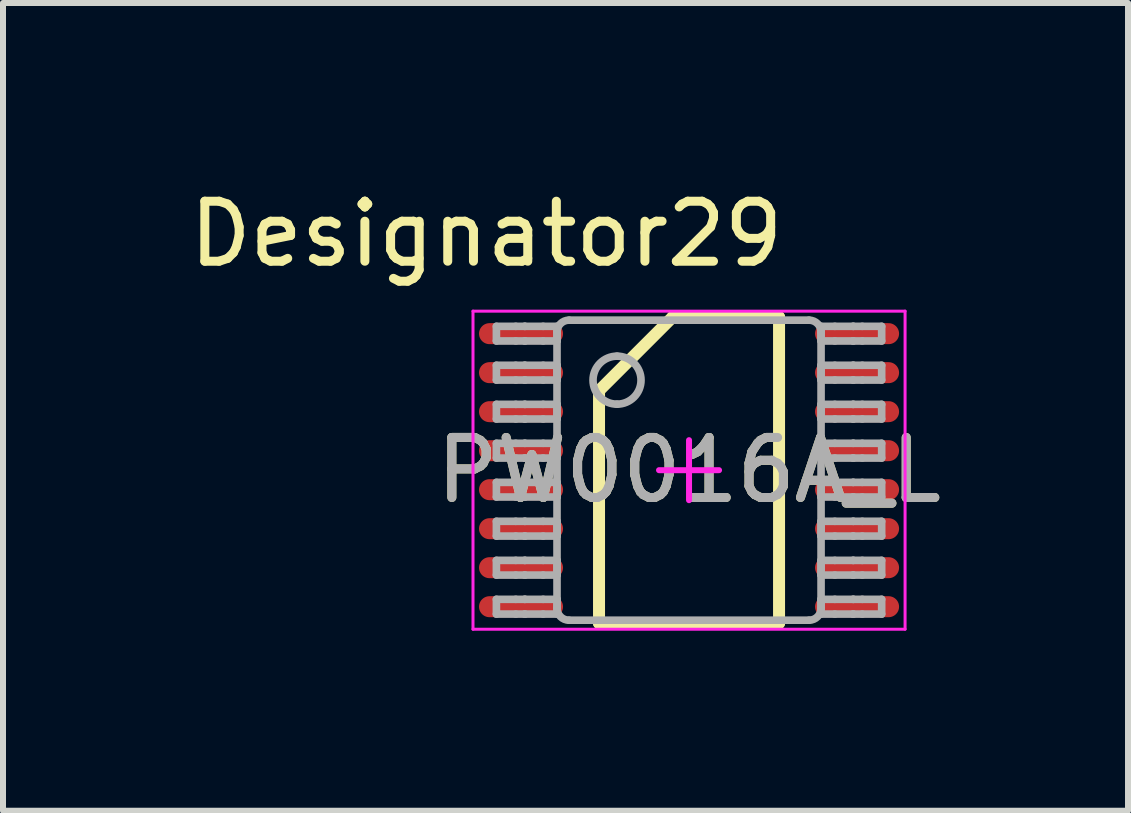
<source format=kicad_pcb>
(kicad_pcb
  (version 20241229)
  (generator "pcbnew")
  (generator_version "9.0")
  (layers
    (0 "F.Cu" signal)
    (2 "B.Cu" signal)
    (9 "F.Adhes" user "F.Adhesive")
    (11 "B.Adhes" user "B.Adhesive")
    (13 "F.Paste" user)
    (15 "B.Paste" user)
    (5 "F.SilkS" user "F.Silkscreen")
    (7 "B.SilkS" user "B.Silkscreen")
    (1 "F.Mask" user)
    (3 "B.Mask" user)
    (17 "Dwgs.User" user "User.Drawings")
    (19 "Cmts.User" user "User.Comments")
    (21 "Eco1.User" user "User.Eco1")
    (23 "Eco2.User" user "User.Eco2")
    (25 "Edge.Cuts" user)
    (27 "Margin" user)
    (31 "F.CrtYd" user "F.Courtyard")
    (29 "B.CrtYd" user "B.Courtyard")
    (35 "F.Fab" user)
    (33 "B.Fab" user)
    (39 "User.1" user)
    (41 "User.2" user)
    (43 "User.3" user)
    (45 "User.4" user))
  (footprint "PW0016A_L"
    (layer "F.Cu")
    (at 8.432 4.785)
    (property "Reference" "PW0016A_L" (at 0 0 0) (unlocked yes) (layer "F.SilkS") (effects (font (size 1 1) (thickness 0.15))))
    (attr smd)
    (fp_line (start -1.5 -1.325) (end -0.275 -2.55) (stroke (width 0.2) (type solid)) (layer "F.SilkS"))
    (fp_line (start -1.5 2.55) (end -1.5 -1.325) (stroke (width 0.2) (type solid)) (layer "F.SilkS"))
    (fp_line (start -1.5 2.55) (end 1.5 2.55) (stroke (width 0.2) (type solid)) (layer "F.SilkS"))
    (fp_line (start -0.275 -2.55) (end 1.5 -2.55) (stroke (width 0.2) (type solid)) (layer "F.SilkS"))
    (fp_line (start 1.5 2.55) (end 1.5 -2.55) (stroke (width 0.2) (type solid)) (layer "F.SilkS"))
    (fp_line (start -3.6 -2.65) (end 3.6 -2.65) (stroke (width 0.05) (type solid)) (layer "F.CrtYd"))
    (fp_line (start -3.6 2.65) (end -3.6 -2.65) (stroke (width 0.05) (type solid)) (layer "F.CrtYd"))
    (fp_line (start -3.6 2.65) (end 3.6 2.65) (stroke (width 0.05) (type solid)) (layer "F.CrtYd"))
    (fp_line (start -0.5 -0.000003) (end 0.5 -0.000003) (stroke (width 0.1) (type solid)) (layer "F.CrtYd"))
    (fp_line (start 0 0.5) (end 0 -0.5) (stroke (width 0.1) (type solid)) (layer "F.CrtYd"))
    (fp_line (start 3.6 2.65) (end 3.6 -2.65) (stroke (width 0.05) (type solid)) (layer "F.CrtYd"))
    (fp_line (start -3.21 -2.397) (end -2.887 -2.397) (stroke (width 0.127) (type solid)) (layer "F.Fab"))
    (fp_line (start -3.21 -2.153) (end -3.21 -2.397) (stroke (width 0.127) (type solid)) (layer "F.Fab"))
    (fp_line (start -3.21 -2.153) (end -2.887 -2.153) (stroke (width 0.127) (type solid)) (layer "F.Fab"))
    (fp_line (start -3.21 -1.748) (end -2.887 -1.748) (stroke (width 0.127) (type solid)) (layer "F.Fab"))
    (fp_line (start -3.21 -1.502) (end -3.21 -1.748) (stroke (width 0.127) (type solid)) (layer "F.Fab"))
    (fp_line (start -3.21 -1.502) (end -2.887 -1.502) (stroke (width 0.127) (type solid)) (layer "F.Fab"))
    (fp_line (start -3.21 -1.097) (end -2.887 -1.097) (stroke (width 0.127) (type solid)) (layer "F.Fab"))
    (fp_line (start -3.21 -0.853) (end -3.21 -1.097) (stroke (width 0.127) (type solid)) (layer "F.Fab"))
    (fp_line (start -3.21 -0.853) (end -2.887 -0.853) (stroke (width 0.127) (type solid)) (layer "F.Fab"))
    (fp_line (start -3.21 -0.448) (end -2.887 -0.448) (stroke (width 0.127) (type solid)) (layer "F.Fab"))
    (fp_line (start -3.21 -0.202) (end -3.21 -0.448) (stroke (width 0.127) (type solid)) (layer "F.Fab"))
    (fp_line (start -3.21 -0.202) (end -2.887 -0.202) (stroke (width 0.127) (type solid)) (layer "F.Fab"))
    (fp_line (start -3.21 0.203) (end -2.887 0.203) (stroke (width 0.127) (type solid)) (layer "F.Fab"))
    (fp_line (start -3.21 0.447) (end -3.21 0.203) (stroke (width 0.127) (type solid)) (layer "F.Fab"))
    (fp_line (start -3.21 0.447) (end -2.887 0.447) (stroke (width 0.127) (type solid)) (layer "F.Fab"))
    (fp_line (start -3.21 0.852) (end -2.887 0.852) (stroke (width 0.127) (type solid)) (layer "F.Fab"))
    (fp_line (start -3.21 1.098) (end -3.21 0.852) (stroke (width 0.127) (type solid)) (layer "F.Fab"))
    (fp_line (start -3.21 1.098) (end -2.887 1.098) (stroke (width 0.127) (type solid)) (layer "F.Fab"))
    (fp_line (start -3.21 1.503) (end -2.887 1.503) (stroke (width 0.127) (type solid)) (layer "F.Fab"))
    (fp_line (start -3.21 1.748) (end -3.21 1.503) (stroke (width 0.127) (type solid)) (layer "F.Fab"))
    (fp_line (start -3.21 1.748) (end -2.887 1.748) (stroke (width 0.127) (type solid)) (layer "F.Fab"))
    (fp_line (start -3.21 2.152) (end -2.887 2.152) (stroke (width 0.127) (type solid)) (layer "F.Fab"))
    (fp_line (start -3.21 2.398) (end -3.21 2.152) (stroke (width 0.127) (type solid)) (layer "F.Fab"))
    (fp_line (start -3.21 2.398) (end -2.887 2.398) (stroke (width 0.127) (type solid)) (layer "F.Fab"))
    (fp_line (start -2.887 -2.397) (end -2.739 -2.397) (stroke (width 0.127) (type solid)) (layer "F.Fab"))
    (fp_line (start -2.887 -2.153) (end -2.739 -2.153) (stroke (width 0.127) (type solid)) (layer "F.Fab"))
    (fp_line (start -2.887 -1.748) (end -2.739 -1.748) (stroke (width 0.127) (type solid)) (layer "F.Fab"))
    (fp_line (start -2.887 -1.502) (end -2.739 -1.502) (stroke (width 0.127) (type solid)) (layer "F.Fab"))
    (fp_line (start -2.887 -1.097) (end -2.739 -1.097) (stroke (width 0.127) (type solid)) (layer "F.Fab"))
    (fp_line (start -2.887 -0.853) (end -2.739 -0.853) (stroke (width 0.127) (type solid)) (layer "F.Fab"))
    (fp_line (start -2.887 -0.448) (end -2.739 -0.448) (stroke (width 0.127) (type solid)) (layer "F.Fab"))
    (fp_line (start -2.887 -0.202) (end -2.739 -0.202) (stroke (width 0.127) (type solid)) (layer "F.Fab"))
    (fp_line (start -2.887 0.203) (end -2.739 0.203) (stroke (width 0.127) (type solid)) (layer "F.Fab"))
    (fp_line (start -2.887 0.447) (end -2.739 0.447) (stroke (width 0.127) (type solid)) (layer "F.Fab"))
    (fp_line (start -2.887 0.852) (end -2.739 0.852) (stroke (width 0.127) (type solid)) (layer "F.Fab"))
    (fp_line (start -2.887 1.098) (end -2.739 1.098) (stroke (width 0.127) (type solid)) (layer "F.Fab"))
    (fp_line (start -2.887 1.503) (end -2.739 1.503) (stroke (width 0.127) (type solid)) (layer "F.Fab"))
    (fp_line (start -2.887 1.748) (end -2.739 1.748) (stroke (width 0.127) (type solid)) (layer "F.Fab"))
    (fp_line (start -2.887 2.152) (end -2.739 2.152) (stroke (width 0.127) (type solid)) (layer "F.Fab"))
    (fp_line (start -2.887 2.398) (end -2.739 2.398) (stroke (width 0.127) (type solid)) (layer "F.Fab"))
    (fp_line (start -2.739 -2.397) (end -2.733 -2.397) (stroke (width 0.127) (type solid)) (layer "F.Fab"))
    (fp_line (start -2.739 -2.153) (end -2.733 -2.153) (stroke (width 0.127) (type solid)) (layer "F.Fab"))
    (fp_line (start -2.739 -1.748) (end -2.733 -1.748) (stroke (width 0.127) (type solid)) (layer "F.Fab"))
    (fp_line (start -2.739 -1.502) (end -2.733 -1.502) (stroke (width 0.127) (type solid)) (layer "F.Fab"))
    (fp_line (start -2.739 -1.097) (end -2.733 -1.097) (stroke (width 0.127) (type solid)) (layer "F.Fab"))
    (fp_line (start -2.739 -0.853) (end -2.733 -0.853) (stroke (width 0.127) (type solid)) (layer "F.Fab"))
    (fp_line (start -2.739 -0.448) (end -2.733 -0.448) (stroke (width 0.127) (type solid)) (layer "F.Fab"))
    (fp_line (start -2.739 -0.202) (end -2.733 -0.202) (stroke (width 0.127) (type solid)) (layer "F.Fab"))
    (fp_line (start -2.739 0.203) (end -2.733 0.203) (stroke (width 0.127) (type solid)) (layer "F.Fab"))
    (fp_line (start -2.739 0.447) (end -2.733 0.447) (stroke (width 0.127) (type solid)) (layer "F.Fab"))
    (fp_line (start -2.739 0.852) (end -2.733 0.852) (stroke (width 0.127) (type solid)) (layer "F.Fab"))
    (fp_line (start -2.739 1.098) (end -2.733 1.098) (stroke (width 0.127) (type solid)) (layer "F.Fab"))
    (fp_line (start -2.739 1.503) (end -2.733 1.503) (stroke (width 0.127) (type solid)) (layer "F.Fab"))
    (fp_line (start -2.739 1.748) (end -2.733 1.748) (stroke (width 0.127) (type solid)) (layer "F.Fab"))
    (fp_line (start -2.739 2.152) (end -2.733 2.152) (stroke (width 0.127) (type solid)) (layer "F.Fab"))
    (fp_line (start -2.739 2.398) (end -2.733 2.398) (stroke (width 0.127) (type solid)) (layer "F.Fab"))
    (fp_line (start -2.733 -2.397) (end -2.431 -2.397) (stroke (width 0.127) (type solid)) (layer "F.Fab"))
    (fp_line (start -2.733 -2.153) (end -2.431 -2.153) (stroke (width 0.127) (type solid)) (layer "F.Fab"))
    (fp_line (start -2.733 -1.748) (end -2.431 -1.748) (stroke (width 0.127) (type solid)) (layer "F.Fab"))
    (fp_line (start -2.733 -1.502) (end -2.431 -1.502) (stroke (width 0.127) (type solid)) (layer "F.Fab"))
    (fp_line (start -2.733 -1.097) (end -2.431 -1.097) (stroke (width 0.127) (type solid)) (layer "F.Fab"))
    (fp_line (start -2.733 -0.853) (end -2.431 -0.853) (stroke (width 0.127) (type solid)) (layer "F.Fab"))
    (fp_line (start -2.733 -0.448) (end -2.431 -0.448) (stroke (width 0.127) (type solid)) (layer "F.Fab"))
    (fp_line (start -2.733 -0.202) (end -2.431 -0.202) (stroke (width 0.127) (type solid)) (layer "F.Fab"))
    (fp_line (start -2.733 0.203) (end -2.431 0.203) (stroke (width 0.127) (type solid)) (layer "F.Fab"))
    (fp_line (start -2.733 0.447) (end -2.431 0.447) (stroke (width 0.127) (type solid)) (layer "F.Fab"))
    (fp_line (start -2.733 0.852) (end -2.431 0.852) (stroke (width 0.127) (type solid)) (layer "F.Fab"))
    (fp_line (start -2.733 1.098) (end -2.431 1.098) (stroke (width 0.127) (type solid)) (layer "F.Fab"))
    (fp_line (start -2.733 1.503) (end -2.431 1.503) (stroke (width 0.127) (type solid)) (layer "F.Fab"))
    (fp_line (start -2.733 1.748) (end -2.431 1.748) (stroke (width 0.127) (type solid)) (layer "F.Fab"))
    (fp_line (start -2.733 2.152) (end -2.431 2.152) (stroke (width 0.127) (type solid)) (layer "F.Fab"))
    (fp_line (start -2.733 2.398) (end -2.431 2.398) (stroke (width 0.127) (type solid)) (layer "F.Fab"))
    (fp_line (start -2.431 -2.397) (end -2.2 -2.397) (stroke (width 0.127) (type solid)) (layer "F.Fab"))
    (fp_line (start -2.431 -2.153) (end -2.2 -2.153) (stroke (width 0.127) (type solid)) (layer "F.Fab"))
    (fp_line (start -2.431 -1.748) (end -2.2 -1.748) (stroke (width 0.127) (type solid)) (layer "F.Fab"))
    (fp_line (start -2.431 -1.502) (end -2.2 -1.502) (stroke (width 0.127) (type solid)) (layer "F.Fab"))
    (fp_line (start -2.431 -1.097) (end -2.2 -1.097) (stroke (width 0.127) (type solid)) (layer "F.Fab"))
    (fp_line (start -2.431 -0.853) (end -2.2 -0.853) (stroke (width 0.127) (type solid)) (layer "F.Fab"))
    (fp_line (start -2.431 -0.448) (end -2.2 -0.448) (stroke (width 0.127) (type solid)) (layer "F.Fab"))
    (fp_line (start -2.431 -0.202) (end -2.2 -0.202) (stroke (width 0.127) (type solid)) (layer "F.Fab"))
    (fp_line (start -2.431 0.203) (end -2.2 0.203) (stroke (width 0.127) (type solid)) (layer "F.Fab"))
    (fp_line (start -2.431 0.447) (end -2.2 0.447) (stroke (width 0.127) (type solid)) (layer "F.Fab"))
    (fp_line (start -2.431 0.852) (end -2.2 0.852) (stroke (width 0.127) (type solid)) (layer "F.Fab"))
    (fp_line (start -2.431 1.098) (end -2.2 1.098) (stroke (width 0.127) (type solid)) (layer "F.Fab"))
    (fp_line (start -2.431 1.503) (end -2.2 1.503) (stroke (width 0.127) (type solid)) (layer "F.Fab"))
    (fp_line (start -2.431 1.748) (end -2.2 1.748) (stroke (width 0.127) (type solid)) (layer "F.Fab"))
    (fp_line (start -2.431 2.152) (end -2.2 2.152) (stroke (width 0.127) (type solid)) (layer "F.Fab"))
    (fp_line (start -2.431 2.398) (end -2.2 2.398) (stroke (width 0.127) (type solid)) (layer "F.Fab"))
    (fp_line (start -2.2 -2.153) (end -2.2 -2.397) (stroke (width 0.127) (type solid)) (layer "F.Fab"))
    (fp_line (start -2.2 -1.502) (end -2.2 -1.748) (stroke (width 0.127) (type solid)) (layer "F.Fab"))
    (fp_line (start -2.2 -0.853) (end -2.2 -1.097) (stroke (width 0.127) (type solid)) (layer "F.Fab"))
    (fp_line (start -2.2 -0.202) (end -2.2 -0.448) (stroke (width 0.127) (type solid)) (layer "F.Fab"))
    (fp_line (start -2.2 0.447) (end -2.2 0.203) (stroke (width 0.127) (type solid)) (layer "F.Fab"))
    (fp_line (start -2.2 1.098) (end -2.2 0.852) (stroke (width 0.127) (type solid)) (layer "F.Fab"))
    (fp_line (start -2.2 1.748) (end -2.2 1.503) (stroke (width 0.127) (type solid)) (layer "F.Fab"))
    (fp_line (start -2.2 2.3) (end -2.2 -2.3) (stroke (width 0.127) (type solid)) (layer "F.Fab"))
    (fp_line (start -2.2 2.398) (end -2.2 2.152) (stroke (width 0.127) (type solid)) (layer "F.Fab"))
    (fp_line (start -2 -2.5) (end 2 -2.5) (stroke (width 0.127) (type solid)) (layer "F.Fab"))
    (fp_line (start -2 2.5) (end 2 2.5) (stroke (width 0.127) (type solid)) (layer "F.Fab"))
    (fp_line (start 2.2 -2.397) (end 2.43 -2.397) (stroke (width 0.127) (type solid)) (layer "F.Fab"))
    (fp_line (start 2.2 -2.153) (end 2.2 -2.397) (stroke (width 0.127) (type solid)) (layer "F.Fab"))
    (fp_line (start 2.2 -2.153) (end 2.43 -2.153) (stroke (width 0.127) (type solid)) (layer "F.Fab"))
    (fp_line (start 2.2 -1.748) (end 2.43 -1.748) (stroke (width 0.127) (type solid)) (layer "F.Fab"))
    (fp_line (start 2.2 -1.502) (end 2.2 -1.748) (stroke (width 0.127) (type solid)) (layer "F.Fab"))
    (fp_line (start 2.2 -1.502) (end 2.43 -1.502) (stroke (width 0.127) (type solid)) (layer "F.Fab"))
    (fp_line (start 2.2 -1.097) (end 2.43 -1.097) (stroke (width 0.127) (type solid)) (layer "F.Fab"))
    (fp_line (start 2.2 -0.853) (end 2.2 -1.097) (stroke (width 0.127) (type solid)) (layer "F.Fab"))
    (fp_line (start 2.2 -0.853) (end 2.43 -0.853) (stroke (width 0.127) (type solid)) (layer "F.Fab"))
    (fp_line (start 2.2 -0.448) (end 2.43 -0.448) (stroke (width 0.127) (type solid)) (layer "F.Fab"))
    (fp_line (start 2.2 -0.202) (end 2.2 -0.448) (stroke (width 0.127) (type solid)) (layer "F.Fab"))
    (fp_line (start 2.2 -0.202) (end 2.43 -0.202) (stroke (width 0.127) (type solid)) (layer "F.Fab"))
    (fp_line (start 2.2 0.203) (end 2.43 0.203) (stroke (width 0.127) (type solid)) (layer "F.Fab"))
    (fp_line (start 2.2 0.447) (end 2.2 0.203) (stroke (width 0.127) (type solid)) (layer "F.Fab"))
    (fp_line (start 2.2 0.447) (end 2.43 0.447) (stroke (width 0.127) (type solid)) (layer "F.Fab"))
    (fp_line (start 2.2 0.852) (end 2.43 0.852) (stroke (width 0.127) (type solid)) (layer "F.Fab"))
    (fp_line (start 2.2 1.098) (end 2.2 0.852) (stroke (width 0.127) (type solid)) (layer "F.Fab"))
    (fp_line (start 2.2 1.098) (end 2.43 1.098) (stroke (width 0.127) (type solid)) (layer "F.Fab"))
    (fp_line (start 2.2 1.503) (end 2.43 1.503) (stroke (width 0.127) (type solid)) (layer "F.Fab"))
    (fp_line (start 2.2 1.748) (end 2.2 1.503) (stroke (width 0.127) (type solid)) (layer "F.Fab"))
    (fp_line (start 2.2 1.748) (end 2.43 1.748) (stroke (width 0.127) (type solid)) (layer "F.Fab"))
    (fp_line (start 2.2 2.152) (end 2.43 2.152) (stroke (width 0.127) (type solid)) (layer "F.Fab"))
    (fp_line (start 2.2 2.3) (end 2.2 -2.3) (stroke (width 0.127) (type solid)) (layer "F.Fab"))
    (fp_line (start 2.2 2.398) (end 2.2 2.152) (stroke (width 0.127) (type solid)) (layer "F.Fab"))
    (fp_line (start 2.2 2.398) (end 2.43 2.398) (stroke (width 0.127) (type solid)) (layer "F.Fab"))
    (fp_line (start 2.43 -2.397) (end 2.733 -2.397) (stroke (width 0.127) (type solid)) (layer "F.Fab"))
    (fp_line (start 2.43 -2.153) (end 2.733 -2.153) (stroke (width 0.127) (type solid)) (layer "F.Fab"))
    (fp_line (start 2.43 -1.748) (end 2.733 -1.748) (stroke (width 0.127) (type solid)) (layer "F.Fab"))
    (fp_line (start 2.43 -1.502) (end 2.733 -1.502) (stroke (width 0.127) (type solid)) (layer "F.Fab"))
    (fp_line (start 2.43 -1.097) (end 2.733 -1.097) (stroke (width 0.127) (type solid)) (layer "F.Fab"))
    (fp_line (start 2.43 -0.853) (end 2.733 -0.853) (stroke (width 0.127) (type solid)) (layer "F.Fab"))
    (fp_line (start 2.43 -0.448) (end 2.733 -0.448) (stroke (width 0.127) (type solid)) (layer "F.Fab"))
    (fp_line (start 2.43 -0.202) (end 2.733 -0.202) (stroke (width 0.127) (type solid)) (layer "F.Fab"))
    (fp_line (start 2.43 0.203) (end 2.733 0.203) (stroke (width 0.127) (type solid)) (layer "F.Fab"))
    (fp_line (start 2.43 0.447) (end 2.733 0.447) (stroke (width 0.127) (type solid)) (layer "F.Fab"))
    (fp_line (start 2.43 0.852) (end 2.733 0.852) (stroke (width 0.127) (type solid)) (layer "F.Fab"))
    (fp_line (start 2.43 1.098) (end 2.733 1.098) (stroke (width 0.127) (type solid)) (layer "F.Fab"))
    (fp_line (start 2.43 1.503) (end 2.733 1.503) (stroke (width 0.127) (type solid)) (layer "F.Fab"))
    (fp_line (start 2.43 1.748) (end 2.733 1.748) (stroke (width 0.127) (type solid)) (layer "F.Fab"))
    (fp_line (start 2.43 2.152) (end 2.733 2.152) (stroke (width 0.127) (type solid)) (layer "F.Fab"))
    (fp_line (start 2.43 2.398) (end 2.733 2.398) (stroke (width 0.127) (type solid)) (layer "F.Fab"))
    (fp_line (start 2.733 -2.397) (end 2.739 -2.397) (stroke (width 0.127) (type solid)) (layer "F.Fab"))
    (fp_line (start 2.733 -2.153) (end 2.739 -2.153) (stroke (width 0.127) (type solid)) (layer "F.Fab"))
    (fp_line (start 2.733 -1.748) (end 2.739 -1.748) (stroke (width 0.127) (type solid)) (layer "F.Fab"))
    (fp_line (start 2.733 -1.502) (end 2.739 -1.502) (stroke (width 0.127) (type solid)) (layer "F.Fab"))
    (fp_line (start 2.733 -1.097) (end 2.739 -1.097) (stroke (width 0.127) (type solid)) (layer "F.Fab"))
    (fp_line (start 2.733 -0.853) (end 2.739 -0.853) (stroke (width 0.127) (type solid)) (layer "F.Fab"))
    (fp_line (start 2.733 -0.448) (end 2.739 -0.448) (stroke (width 0.127) (type solid)) (layer "F.Fab"))
    (fp_line (start 2.733 -0.202) (end 2.739 -0.202) (stroke (width 0.127) (type solid)) (layer "F.Fab"))
    (fp_line (start 2.733 0.203) (end 2.739 0.203) (stroke (width 0.127) (type solid)) (layer "F.Fab"))
    (fp_line (start 2.733 0.447) (end 2.739 0.447) (stroke (width 0.127) (type solid)) (layer "F.Fab"))
    (fp_line (start 2.733 0.852) (end 2.739 0.852) (stroke (width 0.127) (type solid)) (layer "F.Fab"))
    (fp_line (start 2.733 1.098) (end 2.739 1.098) (stroke (width 0.127) (type solid)) (layer "F.Fab"))
    (fp_line (start 2.733 1.503) (end 2.739 1.503) (stroke (width 0.127) (type solid)) (layer "F.Fab"))
    (fp_line (start 2.733 1.748) (end 2.739 1.748) (stroke (width 0.127) (type solid)) (layer "F.Fab"))
    (fp_line (start 2.733 2.152) (end 2.739 2.152) (stroke (width 0.127) (type solid)) (layer "F.Fab"))
    (fp_line (start 2.733 2.398) (end 2.739 2.398) (stroke (width 0.127) (type solid)) (layer "F.Fab"))
    (fp_line (start 2.739 -2.397) (end 2.887 -2.397) (stroke (width 0.127) (type solid)) (layer "F.Fab"))
    (fp_line (start 2.739 -2.153) (end 2.887 -2.153) (stroke (width 0.127) (type solid)) (layer "F.Fab"))
    (fp_line (start 2.739 -1.748) (end 2.887 -1.748) (stroke (width 0.127) (type solid)) (layer "F.Fab"))
    (fp_line (start 2.739 -1.502) (end 2.887 -1.502) (stroke (width 0.127) (type solid)) (layer "F.Fab"))
    (fp_line (start 2.739 -1.097) (end 2.887 -1.097) (stroke (width 0.127) (type solid)) (layer "F.Fab"))
    (fp_line (start 2.739 -0.853) (end 2.887 -0.853) (stroke (width 0.127) (type solid)) (layer "F.Fab"))
    (fp_line (start 2.739 -0.448) (end 2.887 -0.448) (stroke (width 0.127) (type solid)) (layer "F.Fab"))
    (fp_line (start 2.739 -0.202) (end 2.887 -0.202) (stroke (width 0.127) (type solid)) (layer "F.Fab"))
    (fp_line (start 2.739 0.203) (end 2.887 0.203) (stroke (width 0.127) (type solid)) (layer "F.Fab"))
    (fp_line (start 2.739 0.447) (end 2.887 0.447) (stroke (width 0.127) (type solid)) (layer "F.Fab"))
    (fp_line (start 2.739 0.852) (end 2.887 0.852) (stroke (width 0.127) (type solid)) (layer "F.Fab"))
    (fp_line (start 2.739 1.098) (end 2.887 1.098) (stroke (width 0.127) (type solid)) (layer "F.Fab"))
    (fp_line (start 2.739 1.503) (end 2.887 1.503) (stroke (width 0.127) (type solid)) (layer "F.Fab"))
    (fp_line (start 2.739 1.748) (end 2.887 1.748) (stroke (width 0.127) (type solid)) (layer "F.Fab"))
    (fp_line (start 2.739 2.152) (end 2.887 2.152) (stroke (width 0.127) (type solid)) (layer "F.Fab"))
    (fp_line (start 2.739 2.398) (end 2.887 2.398) (stroke (width 0.127) (type solid)) (layer "F.Fab"))
    (fp_line (start 2.887 -2.397) (end 3.21 -2.397) (stroke (width 0.127) (type solid)) (layer "F.Fab"))
    (fp_line (start 2.887 -2.153) (end 3.21 -2.153) (stroke (width 0.127) (type solid)) (layer "F.Fab"))
    (fp_line (start 2.887 -1.748) (end 3.21 -1.748) (stroke (width 0.127) (type solid)) (layer "F.Fab"))
    (fp_line (start 2.887 -1.502) (end 3.21 -1.502) (stroke (width 0.127) (type solid)) (layer "F.Fab"))
    (fp_line (start 2.887 -1.097) (end 3.21 -1.097) (stroke (width 0.127) (type solid)) (layer "F.Fab"))
    (fp_line (start 2.887 -0.853) (end 3.21 -0.853) (stroke (width 0.127) (type solid)) (layer "F.Fab"))
    (fp_line (start 2.887 -0.448) (end 3.21 -0.448) (stroke (width 0.127) (type solid)) (layer "F.Fab"))
    (fp_line (start 2.887 -0.202) (end 3.21 -0.202) (stroke (width 0.127) (type solid)) (layer "F.Fab"))
    (fp_line (start 2.887 0.203) (end 3.21 0.203) (stroke (width 0.127) (type solid)) (layer "F.Fab"))
    (fp_line (start 2.887 0.447) (end 3.21 0.447) (stroke (width 0.127) (type solid)) (layer "F.Fab"))
    (fp_line (start 2.887 0.852) (end 3.21 0.852) (stroke (width 0.127) (type solid)) (layer "F.Fab"))
    (fp_line (start 2.887 1.098) (end 3.21 1.098) (stroke (width 0.127) (type solid)) (layer "F.Fab"))
    (fp_line (start 2.887 1.503) (end 3.21 1.503) (stroke (width 0.127) (type solid)) (layer "F.Fab"))
    (fp_line (start 2.887 1.748) (end 3.21 1.748) (stroke (width 0.127) (type solid)) (layer "F.Fab"))
    (fp_line (start 2.887 2.152) (end 3.21 2.152) (stroke (width 0.127) (type solid)) (layer "F.Fab"))
    (fp_line (start 2.887 2.398) (end 3.21 2.398) (stroke (width 0.127) (type solid)) (layer "F.Fab"))
    (fp_line (start 3.21 -2.153) (end 3.21 -2.397) (stroke (width 0.127) (type solid)) (layer "F.Fab"))
    (fp_line (start 3.21 -1.502) (end 3.21 -1.748) (stroke (width 0.127) (type solid)) (layer "F.Fab"))
    (fp_line (start 3.21 -0.853) (end 3.21 -1.097) (stroke (width 0.127) (type solid)) (layer "F.Fab"))
    (fp_line (start 3.21 -0.202) (end 3.21 -0.448) (stroke (width 0.127) (type solid)) (layer "F.Fab"))
    (fp_line (start 3.21 0.447) (end 3.21 0.203) (stroke (width 0.127) (type solid)) (layer "F.Fab"))
    (fp_line (start 3.21 1.098) (end 3.21 0.852) (stroke (width 0.127) (type solid)) (layer "F.Fab"))
    (fp_line (start 3.21 1.748) (end 3.21 1.503) (stroke (width 0.127) (type solid)) (layer "F.Fab"))
    (fp_line (start 3.21 2.398) (end 3.21 2.152) (stroke (width 0.127) (type solid)) (layer "F.Fab"))
    (fp_arc (start -2.200001 -2.3) (mid -2.141422 -2.441421) (end -2.000001 -2.5) (stroke (width 0.127) (type solid)) (layer "F.Fab"))
    (fp_arc (start -2.000001 2.500015) (mid -2.141422 2.441437) (end -2.200001 2.300016) (stroke (width 0.127) (type solid)) (layer "F.Fab"))
    (fp_arc (start -1.200003 -1.900001) (mid -0.800003 -1.500002) (end -1.200003 -1.100003) (stroke (width 0.127) (type solid)) (layer "F.Fab"))
    (fp_arc (start -1.200003 -1.100003) (mid -1.600002 -1.500002) (end -1.200003 -1.900001) (stroke (width 0.127) (type solid)) (layer "F.Fab"))
    (fp_arc (start 1.999991 -2.5) (mid 2.141412 -2.441422) (end 2.199991 -2.3) (stroke (width 0.127) (type solid)) (layer "F.Fab"))
    (fp_arc (start 2.199991 2.300016) (mid 2.141412 2.441437) (end 1.999991 2.500015) (stroke (width 0.127) (type solid)) (layer "F.Fab"))
    (fp_text user "Designator29" (at -3.378 -3.937 0) (unlocked yes) (layer "F.SilkS") (effects (font (size 1 1) (thickness 0.15))))
    (fp_text user "${REFERENCE}" (at 0 0 0) (unlocked yes) (layer "F.Fab") (effects (font (size 1 1) (thickness 0.15))))
    (pad "1" smd oval (at -2.8 -2.275 90) (size 0.35 1.4) (layers "F.Cu" "F.Mask" "F.Paste"))
    (pad "2" smd oval (at -2.8 -1.625 90) (size 0.35 1.4) (layers "F.Cu" "F.Mask" "F.Paste"))
    (pad "3" smd oval (at -2.8 -0.975 90) (size 0.35 1.4) (layers "F.Cu" "F.Mask" "F.Paste"))
    (pad "4" smd oval (at -2.8 -0.325 90) (size 0.35 1.4) (layers "F.Cu" "F.Mask" "F.Paste"))
    (pad "5" smd oval (at -2.8 0.325 90) (size 0.35 1.4) (layers "F.Cu" "F.Mask" "F.Paste"))
    (pad "6" smd oval (at -2.8 0.975 90) (size 0.35 1.4) (layers "F.Cu" "F.Mask" "F.Paste"))
    (pad "7" smd oval (at -2.8 1.625 90) (size 0.35 1.4) (layers "F.Cu" "F.Mask" "F.Paste"))
    (pad "8" smd oval (at -2.8 2.275 90) (size 0.35 1.4) (layers "F.Cu" "F.Mask" "F.Paste"))
    (pad "9" smd oval (at 2.8 2.275 90) (size 0.35 1.4) (layers "F.Cu" "F.Mask" "F.Paste"))
    (pad "10" smd oval (at 2.8 1.625 90) (size 0.35 1.4) (layers "F.Cu" "F.Mask" "F.Paste"))
    (pad "11" smd oval (at 2.8 0.975 90) (size 0.35 1.4) (layers "F.Cu" "F.Mask" "F.Paste"))
    (pad "12" smd oval (at 2.8 0.325 90) (size 0.35 1.4) (layers "F.Cu" "F.Mask" "F.Paste"))
    (pad "13" smd oval (at 2.8 -0.325 90) (size 0.35 1.4) (layers "F.Cu" "F.Mask" "F.Paste"))
    (pad "14" smd oval (at 2.8 -0.975 90) (size 0.35 1.4) (layers "F.Cu" "F.Mask" "F.Paste"))
    (pad "15" smd oval (at 2.8 -1.625 90) (size 0.35 1.4) (layers "F.Cu" "F.Mask" "F.Paste"))
    (pad "16" smd oval (at 2.8 -2.275 90) (size 0.35 1.4) (layers "F.Cu" "F.Mask" "F.Paste")))
  (gr_rect
    (start -3 -3)
    (end 15.747 10.46)
    (stroke (width 0.1) (type default))
    (fill no)
    (layer "Edge.Cuts")))
</source>
